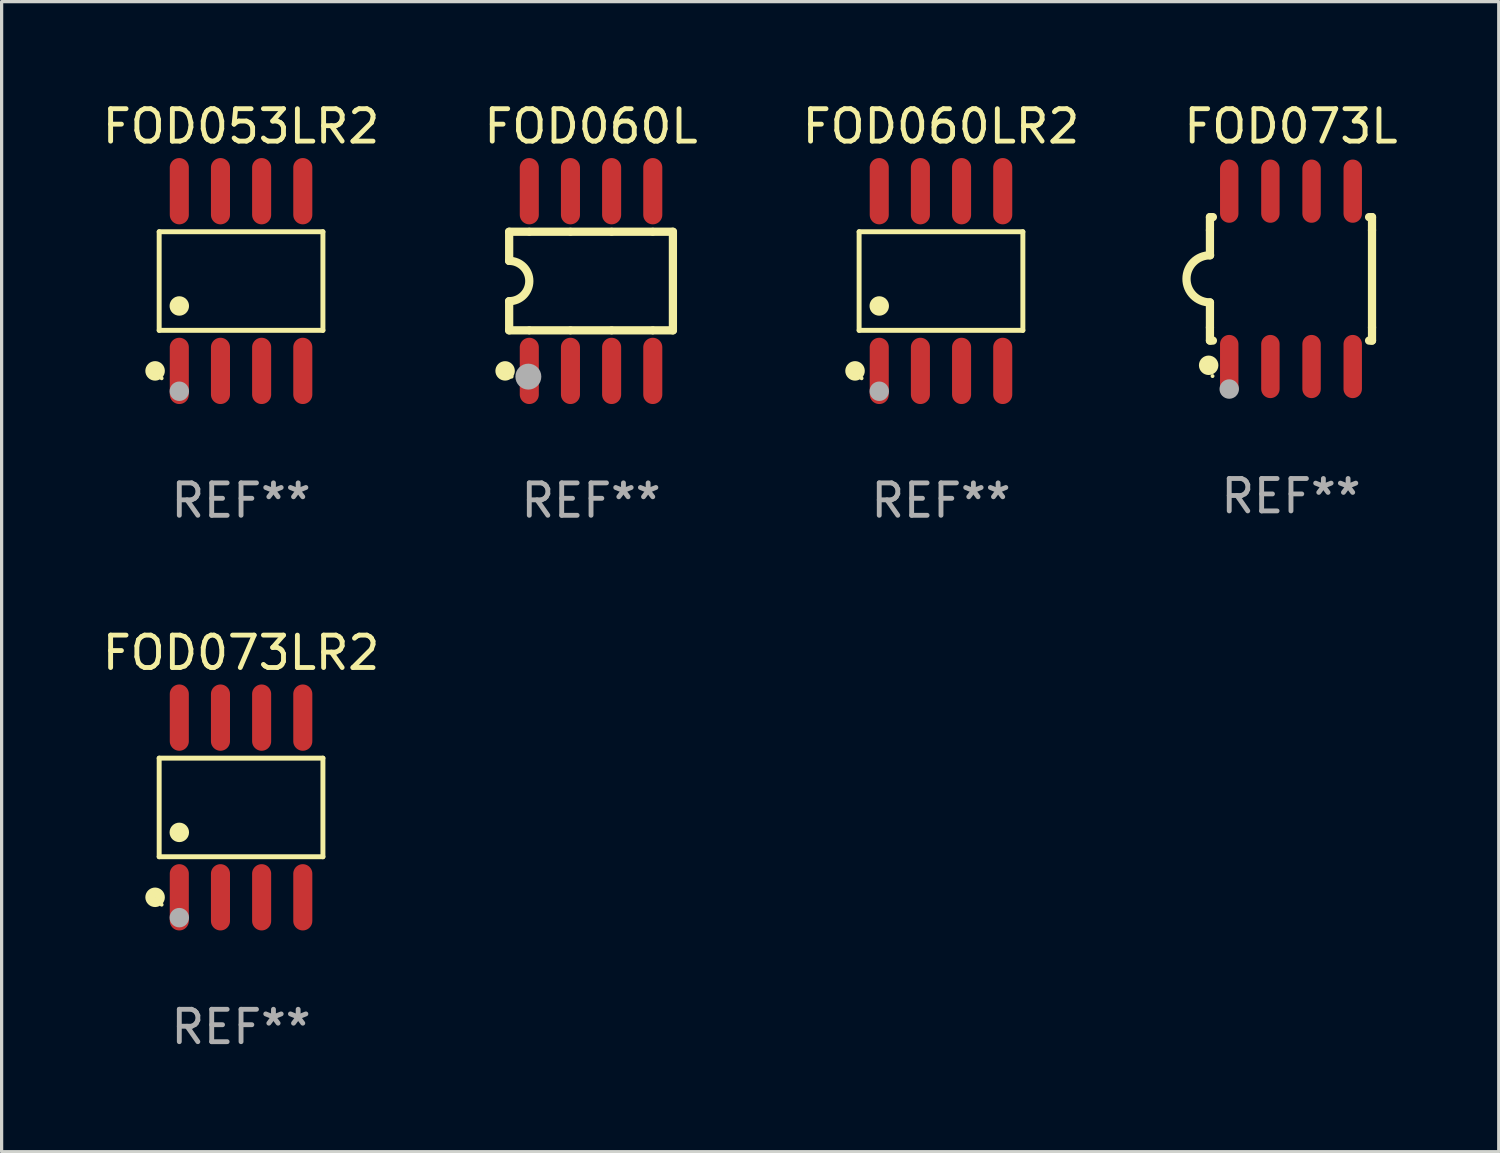
<source format=kicad_pcb>
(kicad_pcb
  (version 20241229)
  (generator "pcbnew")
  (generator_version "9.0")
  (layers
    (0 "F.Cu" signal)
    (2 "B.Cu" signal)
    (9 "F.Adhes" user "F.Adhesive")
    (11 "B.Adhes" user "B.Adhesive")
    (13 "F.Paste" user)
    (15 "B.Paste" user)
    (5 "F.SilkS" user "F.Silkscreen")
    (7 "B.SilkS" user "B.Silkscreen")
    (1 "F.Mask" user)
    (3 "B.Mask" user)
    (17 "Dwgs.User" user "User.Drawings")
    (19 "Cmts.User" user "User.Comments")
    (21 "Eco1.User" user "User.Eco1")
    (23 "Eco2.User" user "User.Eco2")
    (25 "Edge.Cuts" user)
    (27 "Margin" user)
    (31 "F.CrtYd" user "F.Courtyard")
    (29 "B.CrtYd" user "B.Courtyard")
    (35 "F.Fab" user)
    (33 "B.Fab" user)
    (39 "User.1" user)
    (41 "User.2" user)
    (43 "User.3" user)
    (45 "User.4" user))
  (footprint "FOD060LR2"
    (layer "F.Cu")
    (at 25.982 5.621)
    (property "Reference" "FOD060LR2" (at 0 -4.772 0) (layer "F.SilkS") (effects (font (size 1 1) (thickness 0.15))))
    (attr through_hole)
    (fp_line (start -2.526 -1.521) (end 2.526 -1.521) (stroke (width 0.152) (type solid)) (layer "F.SilkS"))
    (fp_line (start -2.526 1.521) (end -2.526 -1.521) (stroke (width 0.152) (type solid)) (layer "F.SilkS"))
    (fp_line (start 2.526 -1.521) (end 2.526 1.521) (stroke (width 0.152) (type solid)) (layer "F.SilkS"))
    (fp_line (start 2.526 1.521) (end -2.526 1.521) (stroke (width 0.152) (type solid)) (layer "F.SilkS"))
    (fp_circle (center -2.652 2.772) (end -2.501 2.772) (stroke (width 0.3) (type solid)) (fill no) (layer "F.SilkS"))
    (fp_circle (center -2.45 3) (end -2.42 3) (stroke (width 0.06) (type solid)) (fill no) (layer "F.SilkS"))
    (fp_circle (center -1.905 0.769) (end -1.755 0.769) (stroke (width 0.3) (type solid)) (fill no) (layer "F.SilkS"))
    (fp_circle (center -1.905 3.4) (end -1.755 3.4) (stroke (width 0.3) (type solid)) (fill no) (layer "F.Fab"))
    (fp_text user "REF**" (at 0 6.772 0) (layer "F.Fab") (effects (font (size 1 1) (thickness 0.15))))
    (pad "1" smd oval (at -1.905 2.772) (size 0.588 2.045) (layers "F.Cu" "F.Mask" "F.Paste"))
    (pad "2" smd oval (at -0.635 2.772) (size 0.588 2.045) (layers "F.Cu" "F.Mask" "F.Paste"))
    (pad "3" smd oval (at 0.635 2.772) (size 0.588 2.045) (layers "F.Cu" "F.Mask" "F.Paste"))
    (pad "4" smd oval (at 1.905 2.772) (size 0.588 2.045) (layers "F.Cu" "F.Mask" "F.Paste"))
    (pad "5" smd oval (at 1.905 -2.772) (size 0.588 2.045) (layers "F.Cu" "F.Mask" "F.Paste"))
    (pad "6" smd oval (at 0.635 -2.772) (size 0.588 2.045) (layers "F.Cu" "F.Mask" "F.Paste"))
    (pad "7" smd oval (at -0.635 -2.772) (size 0.588 2.045) (layers "F.Cu" "F.Mask" "F.Paste"))
    (pad "8" smd oval (at -1.905 -2.772) (size 0.588 2.045) (layers "F.Cu" "F.Mask" "F.Paste")))
  (footprint "FOD073L"
    (layer "F.Cu")
    (at 36.78 5.553)
    (property "Reference" "FOD073L" (at 0 -4.705 0) (layer "F.SilkS") (effects (font (size 1 1) (thickness 0.15))))
    (attr through_hole)
    (fp_line (start -2.5 -1.905) (end -2.409 -1.905) (stroke (width 0.254) (type solid)) (layer "F.SilkS"))
    (fp_line (start -2.5 -1.5) (end -2.5 -1.905) (stroke (width 0.254) (type solid)) (layer "F.SilkS"))
    (fp_line (start -2.5 -1.5) (end -2.5 -0.726) (stroke (width 0.254) (type solid)) (layer "F.SilkS"))
    (fp_line (start -2.5 1.5) (end -2.5 0.727) (stroke (width 0.254) (type solid)) (layer "F.SilkS"))
    (fp_line (start -2.5 1.5) (end -2.5 1.905) (stroke (width 0.254) (type solid)) (layer "F.SilkS"))
    (fp_line (start -2.5 1.905) (end -2.409 1.905) (stroke (width 0.254) (type solid)) (layer "F.SilkS"))
    (fp_line (start 2.5 -1.905) (end 2.409 -1.905) (stroke (width 0.254) (type solid)) (layer "F.SilkS"))
    (fp_line (start 2.5 -1.5) (end 2.5 -1.905) (stroke (width 0.254) (type solid)) (layer "F.SilkS"))
    (fp_line (start 2.5 -1.5) (end 2.5 1.5) (stroke (width 0.254) (type solid)) (layer "F.SilkS"))
    (fp_line (start 2.5 1.5) (end 2.5 1.905) (stroke (width 0.254) (type solid)) (layer "F.SilkS"))
    (fp_line (start 2.5 1.905) (end 2.409 1.905) (stroke (width 0.254) (type solid)) (layer "F.SilkS"))
    (fp_arc (start -2.5 0.726568) (mid -3.220316 -0.0023) (end -2.495097 -0.726289) (stroke (width 0.254001) (type solid)) (layer "F.SilkS"))
    (fp_circle (center -2.54 2.667) (end -2.39 2.667) (stroke (width 0.3) (type solid)) (fill no) (layer "F.SilkS"))
    (fp_circle (center -2.42 3) (end -2.39 3) (stroke (width 0.06) (type solid)) (fill no) (layer "F.SilkS"))
    (fp_circle (center -1.905 3.4) (end -1.755 3.4) (stroke (width 0.3) (type solid)) (fill no) (layer "F.Fab"))
    (fp_text user "REF**" (at 0 6.705 0) (layer "F.Fab") (effects (font (size 1 1) (thickness 0.15))))
    (pad "1" smd oval (at -1.905 2.705) (size 0.568 1.95) (layers "F.Cu" "F.Mask" "F.Paste"))
    (pad "2" smd oval (at -0.635 2.705) (size 0.568 1.95) (layers "F.Cu" "F.Mask" "F.Paste"))
    (pad "3" smd oval (at 0.635 2.705) (size 0.568 1.95) (layers "F.Cu" "F.Mask" "F.Paste"))
    (pad "4" smd oval (at 1.905 2.705) (size 0.568 1.95) (layers "F.Cu" "F.Mask" "F.Paste"))
    (pad "5" smd oval (at 1.905 -2.705) (size 0.568 1.95) (layers "F.Cu" "F.Mask" "F.Paste"))
    (pad "6" smd oval (at 0.635 -2.705) (size 0.568 1.95) (layers "F.Cu" "F.Mask" "F.Paste"))
    (pad "7" smd oval (at -0.635 -2.705) (size 0.568 1.95) (layers "F.Cu" "F.Mask" "F.Paste"))
    (pad "8" smd oval (at -1.905 -2.705) (size 0.568 1.95) (layers "F.Cu" "F.Mask" "F.Paste")))
  (footprint "FOD053LR2"
    (layer "F.Cu")
    (at 4.387 5.621)
    (property "Reference" "FOD053LR2" (at 0 -4.772 0) (layer "F.SilkS") (effects (font (size 1 1) (thickness 0.15))))
    (attr through_hole)
    (fp_line (start -2.526 -1.521) (end 2.526 -1.521) (stroke (width 0.152) (type solid)) (layer "F.SilkS"))
    (fp_line (start -2.526 1.521) (end -2.526 -1.521) (stroke (width 0.152) (type solid)) (layer "F.SilkS"))
    (fp_line (start 2.526 -1.521) (end 2.526 1.521) (stroke (width 0.152) (type solid)) (layer "F.SilkS"))
    (fp_line (start 2.526 1.521) (end -2.526 1.521) (stroke (width 0.152) (type solid)) (layer "F.SilkS"))
    (fp_circle (center -2.652 2.772) (end -2.501 2.772) (stroke (width 0.3) (type solid)) (fill no) (layer "F.SilkS"))
    (fp_circle (center -2.45 3) (end -2.42 3) (stroke (width 0.06) (type solid)) (fill no) (layer "F.SilkS"))
    (fp_circle (center -1.905 0.769) (end -1.755 0.769) (stroke (width 0.3) (type solid)) (fill no) (layer "F.SilkS"))
    (fp_circle (center -1.905 3.4) (end -1.755 3.4) (stroke (width 0.3) (type solid)) (fill no) (layer "F.Fab"))
    (fp_text user "REF**" (at 0 6.772 0) (layer "F.Fab") (effects (font (size 1 1) (thickness 0.15))))
    (pad "1" smd oval (at -1.905 2.772) (size 0.588 2.045) (layers "F.Cu" "F.Mask" "F.Paste"))
    (pad "2" smd oval (at -0.635 2.772) (size 0.588 2.045) (layers "F.Cu" "F.Mask" "F.Paste"))
    (pad "3" smd oval (at 0.635 2.772) (size 0.588 2.045) (layers "F.Cu" "F.Mask" "F.Paste"))
    (pad "4" smd oval (at 1.905 2.772) (size 0.588 2.045) (layers "F.Cu" "F.Mask" "F.Paste"))
    (pad "5" smd oval (at 1.905 -2.772) (size 0.588 2.045) (layers "F.Cu" "F.Mask" "F.Paste"))
    (pad "6" smd oval (at 0.635 -2.772) (size 0.588 2.045) (layers "F.Cu" "F.Mask" "F.Paste"))
    (pad "7" smd oval (at -0.635 -2.772) (size 0.588 2.045) (layers "F.Cu" "F.Mask" "F.Paste"))
    (pad "8" smd oval (at -1.905 -2.772) (size 0.588 2.045) (layers "F.Cu" "F.Mask" "F.Paste")))
  (footprint "FOD060L"
    (layer "F.Cu")
    (at 15.185 5.621)
    (property "Reference" "FOD060L" (at 0 -4.772 0) (layer "F.SilkS") (effects (font (size 1 1) (thickness 0.15))))
    (attr through_hole)
    (fp_line (start -2.526 -1.521) (end -2.526 -0.621) (stroke (width 0.254) (type solid)) (layer "F.SilkS"))
    (fp_line (start -2.526 -1.521) (end -1.916 -1.521) (stroke (width 0.254) (type solid)) (layer "F.SilkS"))
    (fp_line (start -2.526 1.521) (end -2.526 0.621) (stroke (width 0.254) (type solid)) (layer "F.SilkS"))
    (fp_line (start -1.916 1.521) (end -2.526 1.521) (stroke (width 0.254) (type solid)) (layer "F.SilkS"))
    (fp_line (start -1.894 -1.521) (end -0.646 -1.521) (stroke (width 0.254) (type solid)) (layer "F.SilkS"))
    (fp_line (start -0.646 1.521) (end -1.894 1.521) (stroke (width 0.254) (type solid)) (layer "F.SilkS"))
    (fp_line (start -0.624 -1.521) (end 0.624 -1.521) (stroke (width 0.254) (type solid)) (layer "F.SilkS"))
    (fp_line (start 0.624 1.521) (end -0.624 1.521) (stroke (width 0.254) (type solid)) (layer "F.SilkS"))
    (fp_line (start 0.646 -1.521) (end 1.894 -1.521) (stroke (width 0.254) (type solid)) (layer "F.SilkS"))
    (fp_line (start 1.894 1.521) (end 0.646 1.521) (stroke (width 0.254) (type solid)) (layer "F.SilkS"))
    (fp_line (start 1.916 -1.521) (end 2.526 -1.521) (stroke (width 0.254) (type solid)) (layer "F.SilkS"))
    (fp_line (start 2.526 -1.521) (end 2.526 1.521) (stroke (width 0.254) (type solid)) (layer "F.SilkS"))
    (fp_line (start 2.526 1.521) (end 1.916 1.521) (stroke (width 0.254) (type solid)) (layer "F.SilkS"))
    (fp_arc (start -2.526492 -0.622555) (mid -1.904521 -0.000711) (end -2.526238 0.621387) (stroke (width 0.254001) (type solid)) (layer "F.SilkS"))
    (fp_circle (center -2.651 2.772) (end -2.501 2.772) (stroke (width 0.3) (type solid)) (fill no) (layer "F.SilkS"))
    (fp_circle (center -2.45 2.95) (end -2.42 2.95) (stroke (width 0.06) (type solid)) (fill no) (layer "F.SilkS"))
    (fp_circle (center -1.934 2.949) (end -1.734 2.949) (stroke (width 0.4) (type solid)) (fill no) (layer "F.Fab"))
    (fp_text user "REF**" (at 0 6.772 0) (layer "F.Fab") (effects (font (size 1 1) (thickness 0.15))))
    (pad "1" smd oval (at -1.905 2.772) (size 0.588 2.045) (layers "F.Cu" "F.Mask" "F.Paste"))
    (pad "2" smd oval (at -0.635 2.772) (size 0.588 2.045) (layers "F.Cu" "F.Mask" "F.Paste"))
    (pad "3" smd oval (at 0.635 2.772) (size 0.588 2.045) (layers "F.Cu" "F.Mask" "F.Paste"))
    (pad "4" smd oval (at 1.905 2.772) (size 0.588 2.045) (layers "F.Cu" "F.Mask" "F.Paste"))
    (pad "5" smd oval (at 1.905 -2.772) (size 0.588 2.045) (layers "F.Cu" "F.Mask" "F.Paste"))
    (pad "6" smd oval (at 0.635 -2.772) (size 0.588 2.045) (layers "F.Cu" "F.Mask" "F.Paste"))
    (pad "7" smd oval (at -0.635 -2.772) (size 0.588 2.045) (layers "F.Cu" "F.Mask" "F.Paste"))
    (pad "8" smd oval (at -1.905 -2.772) (size 0.588 2.045) (layers "F.Cu" "F.Mask" "F.Paste")))
  (footprint "FOD073LR2"
    (layer "F.Cu")
    (at 4.387 21.862)
    (property "Reference" "FOD073LR2" (at 0 -4.772 0) (layer "F.SilkS") (effects (font (size 1 1) (thickness 0.15))))
    (attr through_hole)
    (fp_line (start -2.526 -1.521) (end 2.526 -1.521) (stroke (width 0.152) (type solid)) (layer "F.SilkS"))
    (fp_line (start -2.526 1.521) (end -2.526 -1.521) (stroke (width 0.152) (type solid)) (layer "F.SilkS"))
    (fp_line (start 2.526 -1.521) (end 2.526 1.521) (stroke (width 0.152) (type solid)) (layer "F.SilkS"))
    (fp_line (start 2.526 1.521) (end -2.526 1.521) (stroke (width 0.152) (type solid)) (layer "F.SilkS"))
    (fp_circle (center -2.652 2.772) (end -2.501 2.772) (stroke (width 0.3) (type solid)) (fill no) (layer "F.SilkS"))
    (fp_circle (center -2.45 3) (end -2.42 3) (stroke (width 0.06) (type solid)) (fill no) (layer "F.SilkS"))
    (fp_circle (center -1.905 0.769) (end -1.755 0.769) (stroke (width 0.3) (type solid)) (fill no) (layer "F.SilkS"))
    (fp_circle (center -1.905 3.4) (end -1.755 3.4) (stroke (width 0.3) (type solid)) (fill no) (layer "F.Fab"))
    (fp_text user "REF**" (at 0 6.772 0) (layer "F.Fab") (effects (font (size 1 1) (thickness 0.15))))
    (pad "1" smd oval (at -1.905 2.772) (size 0.588 2.045) (layers "F.Cu" "F.Mask" "F.Paste"))
    (pad "2" smd oval (at -0.635 2.772) (size 0.588 2.045) (layers "F.Cu" "F.Mask" "F.Paste"))
    (pad "3" smd oval (at 0.635 2.772) (size 0.588 2.045) (layers "F.Cu" "F.Mask" "F.Paste"))
    (pad "4" smd oval (at 1.905 2.772) (size 0.588 2.045) (layers "F.Cu" "F.Mask" "F.Paste"))
    (pad "5" smd oval (at 1.905 -2.772) (size 0.588 2.045) (layers "F.Cu" "F.Mask" "F.Paste"))
    (pad "6" smd oval (at 0.635 -2.772) (size 0.588 2.045) (layers "F.Cu" "F.Mask" "F.Paste"))
    (pad "7" smd oval (at -0.635 -2.772) (size 0.588 2.045) (layers "F.Cu" "F.Mask" "F.Paste"))
    (pad "8" smd oval (at -1.905 -2.772) (size 0.588 2.045) (layers "F.Cu" "F.Mask" "F.Paste")))
  (gr_rect
    (start -3 -3)
    (end 43.19 32.483)
    (stroke (width 0.1) (type default))
    (fill no)
    (layer "Edge.Cuts")))
</source>
